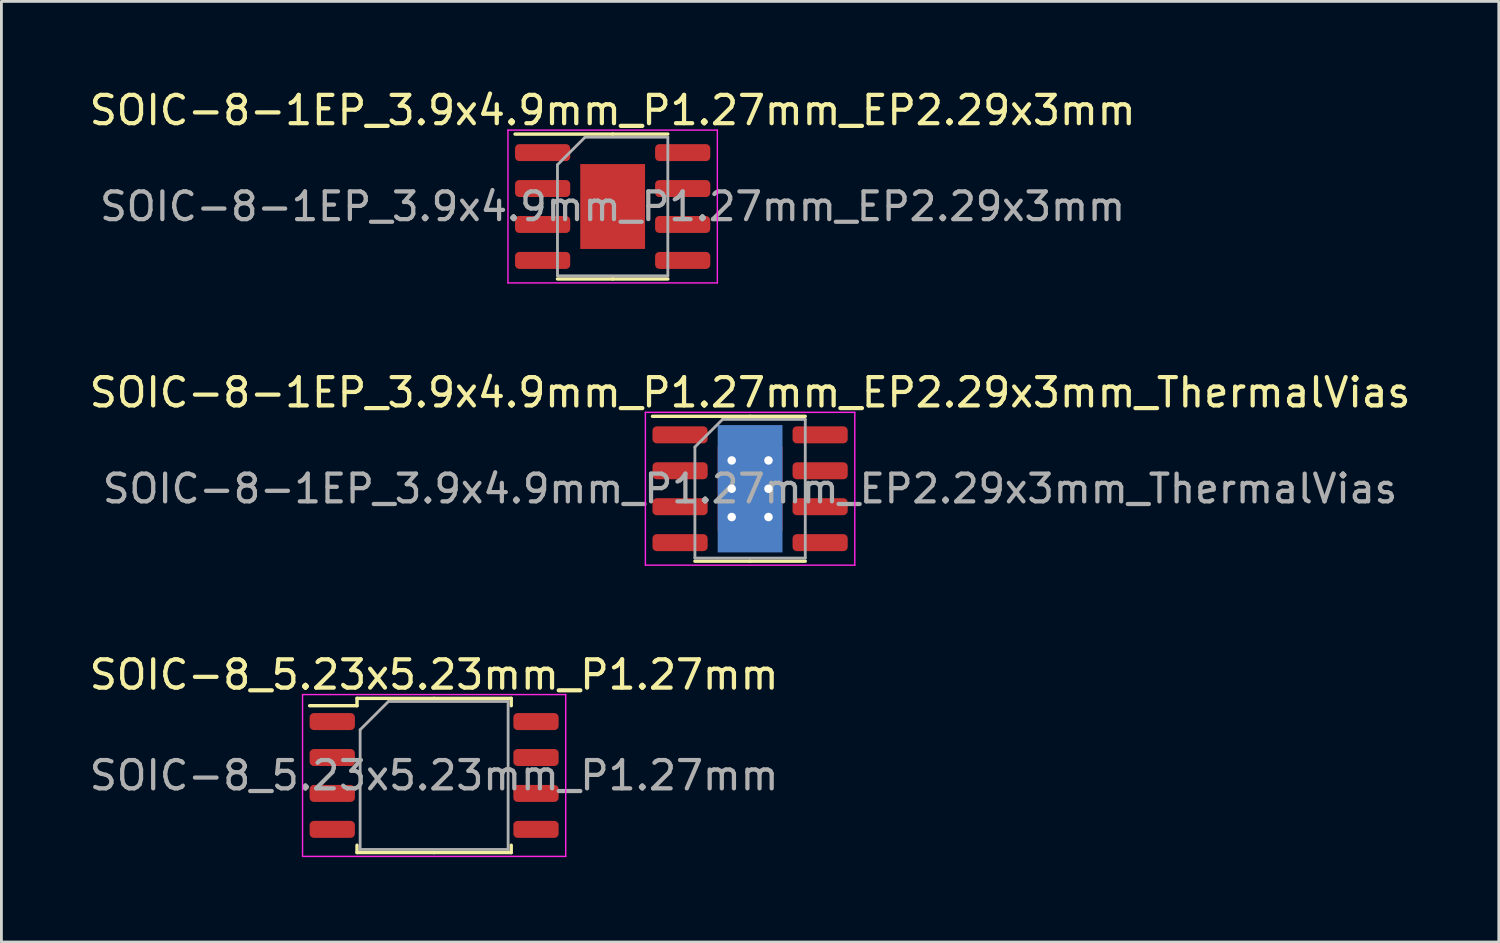
<source format=kicad_pcb>
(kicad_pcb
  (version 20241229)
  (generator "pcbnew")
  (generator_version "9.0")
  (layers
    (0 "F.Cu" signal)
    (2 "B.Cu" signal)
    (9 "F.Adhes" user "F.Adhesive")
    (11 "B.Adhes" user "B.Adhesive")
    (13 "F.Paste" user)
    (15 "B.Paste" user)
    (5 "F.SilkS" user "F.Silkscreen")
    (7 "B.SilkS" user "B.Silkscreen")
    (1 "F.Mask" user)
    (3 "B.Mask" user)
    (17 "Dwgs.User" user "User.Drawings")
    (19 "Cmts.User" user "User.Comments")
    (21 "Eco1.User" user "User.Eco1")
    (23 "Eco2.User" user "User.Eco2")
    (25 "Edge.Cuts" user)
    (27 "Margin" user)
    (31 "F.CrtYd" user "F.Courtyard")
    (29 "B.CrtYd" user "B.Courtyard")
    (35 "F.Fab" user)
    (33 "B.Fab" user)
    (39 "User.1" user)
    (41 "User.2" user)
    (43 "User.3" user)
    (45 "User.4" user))
  (footprint "SOIC-8-1EP_3.9x4.9mm_P1.27mm_EP2.29x3mm_ThermalVias"
    (layer "F.Cu")
    (at 23.458 14.222)
    (property "Reference" "SOIC-8-1EP_3.9x4.9mm_P1.27mm_EP2.29x3mm_ThermalVias" (at 0 -3.4 0) (layer "F.SilkS") (effects (font (size 1 1) (thickness 0.15))))
    (attr smd)
    (fp_line (start 0 -2.56) (end -3.45 -2.56) (stroke (width 0.12) (type solid)) (layer "F.SilkS"))
    (fp_line (start 0 -2.56) (end 1.95 -2.56) (stroke (width 0.12) (type solid)) (layer "F.SilkS"))
    (fp_line (start 0 2.56) (end -1.95 2.56) (stroke (width 0.12) (type solid)) (layer "F.SilkS"))
    (fp_line (start 0 2.56) (end 1.95 2.56) (stroke (width 0.12) (type solid)) (layer "F.SilkS"))
    (fp_line (start -3.7 -2.7) (end -3.7 2.7) (stroke (width 0.05) (type solid)) (layer "F.CrtYd"))
    (fp_line (start -3.7 2.7) (end 3.7 2.7) (stroke (width 0.05) (type solid)) (layer "F.CrtYd"))
    (fp_line (start 3.7 -2.7) (end -3.7 -2.7) (stroke (width 0.05) (type solid)) (layer "F.CrtYd"))
    (fp_line (start 3.7 2.7) (end 3.7 -2.7) (stroke (width 0.05) (type solid)) (layer "F.CrtYd"))
    (fp_line (start -1.95 -1.475) (end -0.975 -2.45) (stroke (width 0.1) (type solid)) (layer "F.Fab"))
    (fp_line (start -1.95 2.45) (end -1.95 -1.475) (stroke (width 0.1) (type solid)) (layer "F.Fab"))
    (fp_line (start -0.975 -2.45) (end 1.95 -2.45) (stroke (width 0.1) (type solid)) (layer "F.Fab"))
    (fp_line (start 1.95 -2.45) (end 1.95 2.45) (stroke (width 0.1) (type solid)) (layer "F.Fab"))
    (fp_line (start 1.95 2.45) (end -1.95 2.45) (stroke (width 0.1) (type solid)) (layer "F.Fab"))
    (fp_text user "${REFERENCE}" (at 0 0 0) (layer "F.Fab") (effects (font (size 0.98 0.98) (thickness 0.15))))
    (pad "" smd roundrect (at -0.57 -0.75) (size 0.96 1.25) (layers "F.Paste") (roundrect_rratio 0.25))
    (pad "" smd roundrect (at -0.57 0.75) (size 0.96 1.25) (layers "F.Paste") (roundrect_rratio 0.25))
    (pad "" smd roundrect (at 0.57 -0.75) (size 0.96 1.25) (layers "F.Paste") (roundrect_rratio 0.25))
    (pad "" smd roundrect (at 0.57 0.75) (size 0.96 1.25) (layers "F.Paste") (roundrect_rratio 0.25))
    (pad "1" smd roundrect (at -2.475 -1.905) (size 1.95 0.6) (layers "F.Cu" "F.Mask" "F.Paste") (roundrect_rratio 0.25))
    (pad "2" smd roundrect (at -2.475 -0.635) (size 1.95 0.6) (layers "F.Cu" "F.Mask" "F.Paste") (roundrect_rratio 0.25))
    (pad "3" smd roundrect (at -2.475 0.635) (size 1.95 0.6) (layers "F.Cu" "F.Mask" "F.Paste") (roundrect_rratio 0.25))
    (pad "4" smd roundrect (at -2.475 1.905) (size 1.95 0.6) (layers "F.Cu" "F.Mask" "F.Paste") (roundrect_rratio 0.25))
    (pad "5" smd roundrect (at 2.475 1.905) (size 1.95 0.6) (layers "F.Cu" "F.Mask" "F.Paste") (roundrect_rratio 0.25))
    (pad "6" smd roundrect (at 2.475 0.635) (size 1.95 0.6) (layers "F.Cu" "F.Mask" "F.Paste") (roundrect_rratio 0.25))
    (pad "7" smd roundrect (at 2.475 -0.635) (size 1.95 0.6) (layers "F.Cu" "F.Mask" "F.Paste") (roundrect_rratio 0.25))
    (pad "8" smd roundrect (at 2.475 -1.905) (size 1.95 0.6) (layers "F.Cu" "F.Mask" "F.Paste") (roundrect_rratio 0.25))
    (pad "9" thru_hole circle (at -0.65 -1) (size 0.6 0.6) (drill 0.3) (layers "*.Cu"))
    (pad "9" thru_hole circle (at -0.65 0) (size 0.6 0.6) (drill 0.3) (layers "*.Cu"))
    (pad "9" thru_hole circle (at -0.65 1) (size 0.6 0.6) (drill 0.3) (layers "*.Cu"))
    (pad "9" smd rect (at 0 0) (size 2.29 3) (layers "F.Cu" "F.Mask"))
    (pad "9" smd rect (at 0 0) (size 2.29 4.5) (layers "B.Cu"))
    (pad "9" thru_hole circle (at 0.65 -1) (size 0.6 0.6) (drill 0.3) (layers "*.Cu"))
    (pad "9" thru_hole circle (at 0.65 0) (size 0.6 0.6) (drill 0.3) (layers "*.Cu"))
    (pad "9" thru_hole circle (at 0.65 1) (size 0.6 0.6) (drill 0.3) (layers "*.Cu")))
  (footprint "SOIC-8-1EP_3.9x4.9mm_P1.27mm_EP2.29x3mm"
    (layer "F.Cu")
    (at 18.601 4.248)
    (property "Reference" "SOIC-8-1EP_3.9x4.9mm_P1.27mm_EP2.29x3mm" (at 0 -3.4 0) (layer "F.SilkS") (effects (font (size 1 1) (thickness 0.15))))
    (attr smd)
    (fp_line (start 0 -2.56) (end -3.45 -2.56) (stroke (width 0.12) (type solid)) (layer "F.SilkS"))
    (fp_line (start 0 -2.56) (end 1.95 -2.56) (stroke (width 0.12) (type solid)) (layer "F.SilkS"))
    (fp_line (start 0 2.56) (end -1.95 2.56) (stroke (width 0.12) (type solid)) (layer "F.SilkS"))
    (fp_line (start 0 2.56) (end 1.95 2.56) (stroke (width 0.12) (type solid)) (layer "F.SilkS"))
    (fp_line (start -3.7 -2.7) (end -3.7 2.7) (stroke (width 0.05) (type solid)) (layer "F.CrtYd"))
    (fp_line (start -3.7 2.7) (end 3.7 2.7) (stroke (width 0.05) (type solid)) (layer "F.CrtYd"))
    (fp_line (start 3.7 -2.7) (end -3.7 -2.7) (stroke (width 0.05) (type solid)) (layer "F.CrtYd"))
    (fp_line (start 3.7 2.7) (end 3.7 -2.7) (stroke (width 0.05) (type solid)) (layer "F.CrtYd"))
    (fp_line (start -1.95 -1.475) (end -0.975 -2.45) (stroke (width 0.1) (type solid)) (layer "F.Fab"))
    (fp_line (start -1.95 2.45) (end -1.95 -1.475) (stroke (width 0.1) (type solid)) (layer "F.Fab"))
    (fp_line (start -0.975 -2.45) (end 1.95 -2.45) (stroke (width 0.1) (type solid)) (layer "F.Fab"))
    (fp_line (start 1.95 -2.45) (end 1.95 2.45) (stroke (width 0.1) (type solid)) (layer "F.Fab"))
    (fp_line (start 1.95 2.45) (end -1.95 2.45) (stroke (width 0.1) (type solid)) (layer "F.Fab"))
    (fp_text user "${REFERENCE}" (at 0 0 0) (layer "F.Fab") (effects (font (size 0.98 0.98) (thickness 0.15))))
    (pad "" smd roundrect (at -0.57 -0.75) (size 0.92 1.21) (layers "F.Paste") (roundrect_rratio 0.25))
    (pad "" smd roundrect (at -0.57 0.75) (size 0.92 1.21) (layers "F.Paste") (roundrect_rratio 0.25))
    (pad "" smd roundrect (at 0.57 -0.75) (size 0.92 1.21) (layers "F.Paste") (roundrect_rratio 0.25))
    (pad "" smd roundrect (at 0.57 0.75) (size 0.92 1.21) (layers "F.Paste") (roundrect_rratio 0.25))
    (pad "1" smd roundrect (at -2.475 -1.905) (size 1.95 0.6) (layers "F.Cu" "F.Mask" "F.Paste") (roundrect_rratio 0.25))
    (pad "2" smd roundrect (at -2.475 -0.635) (size 1.95 0.6) (layers "F.Cu" "F.Mask" "F.Paste") (roundrect_rratio 0.25))
    (pad "3" smd roundrect (at -2.475 0.635) (size 1.95 0.6) (layers "F.Cu" "F.Mask" "F.Paste") (roundrect_rratio 0.25))
    (pad "4" smd roundrect (at -2.475 1.905) (size 1.95 0.6) (layers "F.Cu" "F.Mask" "F.Paste") (roundrect_rratio 0.25))
    (pad "5" smd roundrect (at 2.475 1.905) (size 1.95 0.6) (layers "F.Cu" "F.Mask" "F.Paste") (roundrect_rratio 0.25))
    (pad "6" smd roundrect (at 2.475 0.635) (size 1.95 0.6) (layers "F.Cu" "F.Mask" "F.Paste") (roundrect_rratio 0.25))
    (pad "7" smd roundrect (at 2.475 -0.635) (size 1.95 0.6) (layers "F.Cu" "F.Mask" "F.Paste") (roundrect_rratio 0.25))
    (pad "8" smd roundrect (at 2.475 -1.905) (size 1.95 0.6) (layers "F.Cu" "F.Mask" "F.Paste") (roundrect_rratio 0.25))
    (pad "9" smd rect (at 0 0) (size 2.29 3) (layers "F.Cu" "F.Mask")))
  (footprint "SOIC-8_5.23x5.23mm_P1.27mm"
    (layer "F.Cu")
    (at 12.292 24.355)
    (property "Reference" "SOIC-8_5.23x5.23mm_P1.27mm" (at 0 -3.56 0) (layer "F.SilkS") (effects (font (size 1 1) (thickness 0.15))))
    (attr smd)
    (fp_line (start -2.725 -2.725) (end -2.725 -2.465) (stroke (width 0.12) (type solid)) (layer "F.SilkS"))
    (fp_line (start -2.725 -2.465) (end -4.4 -2.465) (stroke (width 0.12) (type solid)) (layer "F.SilkS"))
    (fp_line (start -2.725 2.725) (end -2.725 2.465) (stroke (width 0.12) (type solid)) (layer "F.SilkS"))
    (fp_line (start 0 -2.725) (end -2.725 -2.725) (stroke (width 0.12) (type solid)) (layer "F.SilkS"))
    (fp_line (start 0 -2.725) (end 2.725 -2.725) (stroke (width 0.12) (type solid)) (layer "F.SilkS"))
    (fp_line (start 0 2.725) (end -2.725 2.725) (stroke (width 0.12) (type solid)) (layer "F.SilkS"))
    (fp_line (start 0 2.725) (end 2.725 2.725) (stroke (width 0.12) (type solid)) (layer "F.SilkS"))
    (fp_line (start 2.725 -2.725) (end 2.725 -2.465) (stroke (width 0.12) (type solid)) (layer "F.SilkS"))
    (fp_line (start 2.725 2.725) (end 2.725 2.465) (stroke (width 0.12) (type solid)) (layer "F.SilkS"))
    (fp_line (start -4.65 -2.86) (end -4.65 2.86) (stroke (width 0.05) (type solid)) (layer "F.CrtYd"))
    (fp_line (start -4.65 2.86) (end 4.65 2.86) (stroke (width 0.05) (type solid)) (layer "F.CrtYd"))
    (fp_line (start 4.65 -2.86) (end -4.65 -2.86) (stroke (width 0.05) (type solid)) (layer "F.CrtYd"))
    (fp_line (start 4.65 2.86) (end 4.65 -2.86) (stroke (width 0.05) (type solid)) (layer "F.CrtYd"))
    (fp_line (start -2.615 -1.615) (end -1.615 -2.615) (stroke (width 0.1) (type solid)) (layer "F.Fab"))
    (fp_line (start -2.615 2.615) (end -2.615 -1.615) (stroke (width 0.1) (type solid)) (layer "F.Fab"))
    (fp_line (start -1.615 -2.615) (end 2.615 -2.615) (stroke (width 0.1) (type solid)) (layer "F.Fab"))
    (fp_line (start 2.615 -2.615) (end 2.615 2.615) (stroke (width 0.1) (type solid)) (layer "F.Fab"))
    (fp_line (start 2.615 2.615) (end -2.615 2.615) (stroke (width 0.1) (type solid)) (layer "F.Fab"))
    (fp_text user "${REFERENCE}" (at 0 0 0) (layer "F.Fab") (effects (font (size 1 1) (thickness 0.15))))
    (pad "1" smd roundrect (at -3.6 -1.905) (size 1.6 0.6) (layers "F.Cu" "F.Mask" "F.Paste") (roundrect_rratio 0.25))
    (pad "2" smd roundrect (at -3.6 -0.635) (size 1.6 0.6) (layers "F.Cu" "F.Mask" "F.Paste") (roundrect_rratio 0.25))
    (pad "3" smd roundrect (at -3.6 0.635) (size 1.6 0.6) (layers "F.Cu" "F.Mask" "F.Paste") (roundrect_rratio 0.25))
    (pad "4" smd roundrect (at -3.6 1.905) (size 1.6 0.6) (layers "F.Cu" "F.Mask" "F.Paste") (roundrect_rratio 0.25))
    (pad "5" smd roundrect (at 3.6 1.905) (size 1.6 0.6) (layers "F.Cu" "F.Mask" "F.Paste") (roundrect_rratio 0.25))
    (pad "6" smd roundrect (at 3.6 0.635) (size 1.6 0.6) (layers "F.Cu" "F.Mask" "F.Paste") (roundrect_rratio 0.25))
    (pad "7" smd roundrect (at 3.6 -0.635) (size 1.6 0.6) (layers "F.Cu" "F.Mask" "F.Paste") (roundrect_rratio 0.25))
    (pad "8" smd roundrect (at 3.6 -1.905) (size 1.6 0.6) (layers "F.Cu" "F.Mask" "F.Paste") (roundrect_rratio 0.25)))
  (gr_rect
    (start -3 -3)
    (end 49.917 30.24)
    (stroke (width 0.1) (type default))
    (fill no)
    (layer "Edge.Cuts")))
</source>
